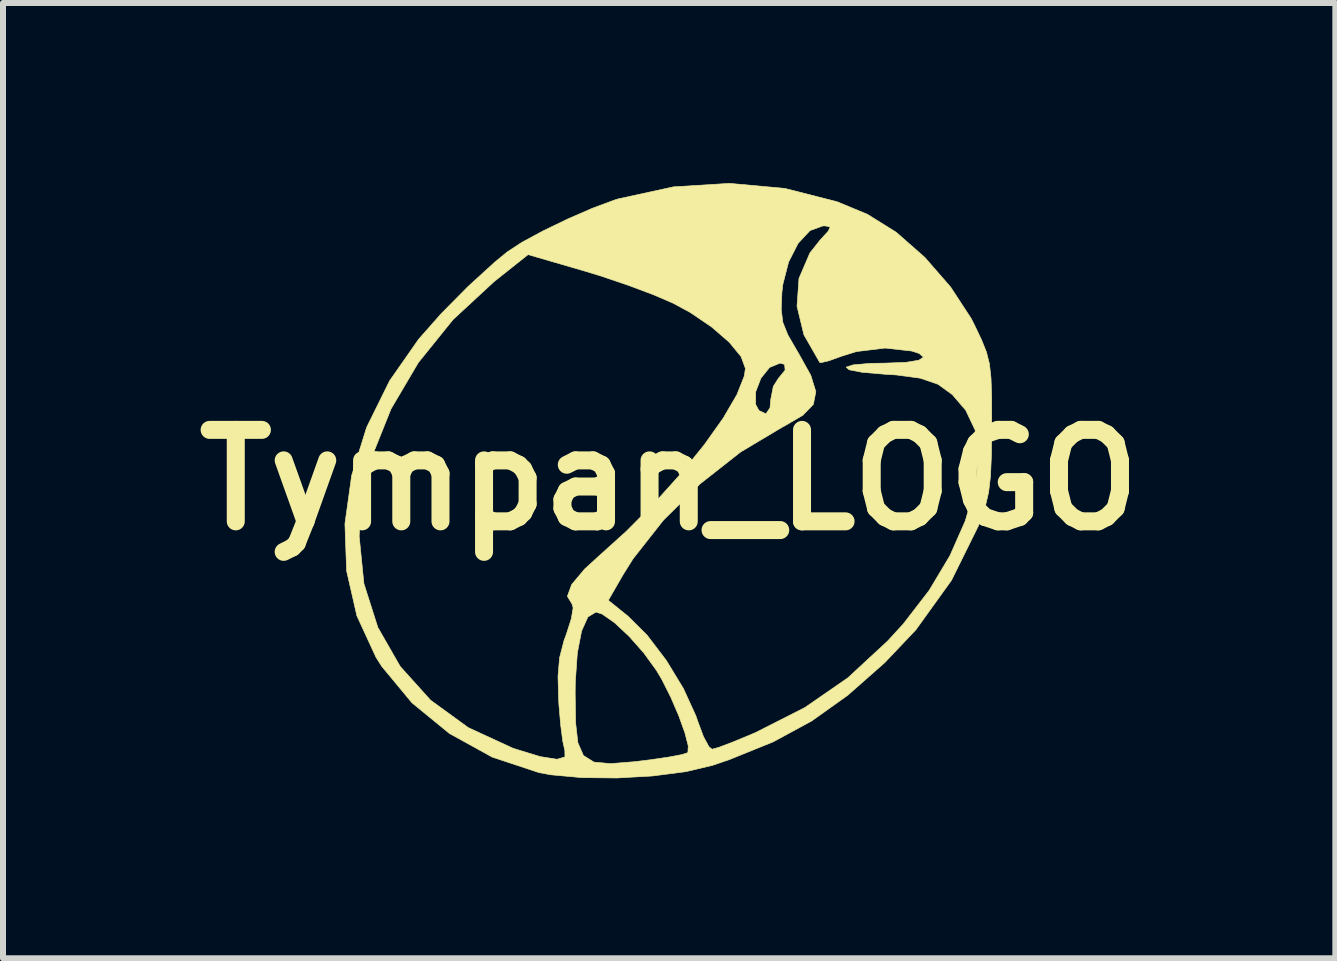
<source format=kicad_pcb>
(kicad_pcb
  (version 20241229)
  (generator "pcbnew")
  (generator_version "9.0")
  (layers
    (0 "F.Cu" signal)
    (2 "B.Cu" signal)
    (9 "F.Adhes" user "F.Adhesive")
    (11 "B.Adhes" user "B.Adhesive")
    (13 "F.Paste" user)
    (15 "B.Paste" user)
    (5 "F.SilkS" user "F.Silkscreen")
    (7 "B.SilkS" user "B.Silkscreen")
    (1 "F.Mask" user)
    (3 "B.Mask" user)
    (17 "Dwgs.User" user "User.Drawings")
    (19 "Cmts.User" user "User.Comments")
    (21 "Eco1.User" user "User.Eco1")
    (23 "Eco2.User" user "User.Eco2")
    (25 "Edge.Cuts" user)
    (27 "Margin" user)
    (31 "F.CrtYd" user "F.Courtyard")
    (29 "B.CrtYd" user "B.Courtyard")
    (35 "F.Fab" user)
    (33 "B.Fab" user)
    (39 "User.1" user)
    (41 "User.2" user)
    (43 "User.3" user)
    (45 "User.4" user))
  (footprint "Tympan_LOGO"
    (layer "F.Cu")
    (at 8.099 4.947)
    (property "Reference" "Tympan_LOGO" (at 0 0 180) (layer "F.SilkS") (effects (font (size 1.524 1.524) (thickness 0.3))))
    (attr smd)
    (fp_poly (pts (xy 1.927 -4.858) (xy 2.798 -4.636) (xy 3.302 -4.427) (xy 3.782 -4.128) (xy 4.259 -3.709) (xy 4.689 -3.215) (xy 5.031 -2.692) (xy 5.087 -2.582) (xy 5.205 -2.334) (xy 5.286 -2.132) (xy 5.336 -1.935) (xy 5.362 -1.701) (xy 5.373 -1.387) (xy 5.374 -0.95) (xy 5.374 -0.889) (xy 5.369 -0.415) (xy 5.354 -0.066) (xy 5.323 0.202) (xy 5.269 0.434) (xy 5.187 0.675) (xy 5.148 0.773) (xy 4.703 1.673) (xy 4.11 2.497) (xy 3.592 3.043) (xy 2.974 3.588) (xy 2.373 4.016) (xy 1.733 4.363) (xy 1 4.66) (xy 0.72 4.755) (xy 0.277 4.86) (xy -0.272 4.931) (xy -0.87 4.965) (xy -1.455 4.959) (xy -1.97 4.912) (xy -2.17 4.875) (xy -2.948 4.617) (xy -3.662 4.223) (xy -4.285 3.713) (xy -4.789 3.105) (xy -4.886 2.951) (xy -5.203 2.263) (xy -5.374 1.515) (xy -5.395 0.934) (xy -5.165 0.934) (xy -5.086 1.727) (xy -4.854 2.456) (xy -4.481 3.107) (xy -3.975 3.669) (xy -3.345 4.127) (xy -2.601 4.47) (xy -2.573 4.479) (xy -2.148 4.609) (xy -1.869 4.653) (xy -1.736 4.614) (xy -1.738 4.508) (xy -1.772 4.356) (xy -1.807 4.088) (xy -1.836 3.755) (xy -1.84 3.683) (xy -1.844 3.556) (xy -1.566 3.556) (xy -1.559 4.041) (xy -1.521 4.379) (xy -1.428 4.591) (xy -1.254 4.7) (xy -0.976 4.726) (xy -0.568 4.693) (xy -0.311 4.661) (xy -0.015 4.618) (xy 0.208 4.576) (xy 0.311 4.543) (xy 0.312 4.543) (xy 0.318 4.431) (xy 0.262 4.212) (xy 0.159 3.926) (xy 0.025 3.615) (xy -0.124 3.32) (xy -0.21 3.175) (xy -0.423 2.881) (xy -0.668 2.604) (xy -0.91 2.378) (xy -1.116 2.234) (xy -1.22 2.201) (xy -1.354 2.282) (xy -1.459 2.515) (xy -1.53 2.883) (xy -1.564 3.37) (xy -1.566 3.556) (xy -1.844 3.556) (xy -1.852 3.275) (xy -1.826 2.963) (xy -1.753 2.679) (xy -1.71 2.561) (xy -1.63 2.311) (xy -1.6 2.13) (xy -1.617 2.069) (xy -1.655 2.005) (xy -1.014 2.005) (xy -0.686 2.269) (xy -0.368 2.585) (xy -0.047 3.007) (xy 0.237 3.474) (xy 0.445 3.929) (xy 0.479 4.028) (xy 0.572 4.277) (xy 0.662 4.443) (xy 0.714 4.486) (xy 0.829 4.454) (xy 1.056 4.368) (xy 1.351 4.246) (xy 1.442 4.207) (xy 2.262 3.791) (xy 2.979 3.295) (xy 3.641 2.682) (xy 3.902 2.397) (xy 4.331 1.841) (xy 4.678 1.261) (xy 4.934 0.681) (xy 5.095 0.123) (xy 5.152 -0.389) (xy 5.098 -0.831) (xy 4.941 -1.162) (xy 4.717 -1.423) (xy 4.48 -1.594) (xy 4.185 -1.696) (xy 3.785 -1.75) (xy 3.602 -1.761) (xy 3.217 -1.794) (xy 2.999 -1.836) (xy 2.949 -1.88) (xy 3.066 -1.918) (xy 3.35 -1.943) (xy 3.603 -1.947) (xy 3.944 -1.96) (xy 4.159 -1.995) (xy 4.237 -2.046) (xy 4.165 -2.108) (xy 4.043 -2.148) (xy 3.598 -2.198) (xy 3.122 -2.14) (xy 2.877 -2.064) (xy 2.664 -1.987) (xy 2.529 -1.955) (xy 2.509 -1.958) (xy 2.245 -2.419) (xy 2.13 -2.895) (xy 2.163 -3.359) (xy 2.345 -3.783) (xy 2.512 -3.994) (xy 2.653 -4.148) (xy 2.681 -4.216) (xy 2.604 -4.233) (xy 2.56 -4.233) (xy 2.346 -4.155) (xy 2.148 -3.942) (xy 1.99 -3.632) (xy 1.894 -3.259) (xy 1.878 -3.122) (xy 1.867 -2.839) (xy 1.894 -2.626) (xy 1.979 -2.414) (xy 2.14 -2.136) (xy 2.154 -2.113) (xy 2.359 -1.745) (xy 2.444 -1.471) (xy 2.402 -1.259) (xy 2.226 -1.077) (xy 1.91 -0.893) (xy 1.891 -0.884) (xy 1.192 -0.467) (xy 0.516 0.064) (xy -0.096 0.67) (xy -0.601 1.312) (xy -0.769 1.58) (xy -1.014 2.005) (xy -1.655 2.005) (xy -1.696 1.938) (xy -1.624 1.741) (xy -1.406 1.482) (xy -1.208 1.301) (xy -0.713 0.854) (xy -0.238 0.376) (xy 0.201 -0.112) (xy 0.586 -0.588) (xy 0.901 -1.031) (xy 1.034 -1.259) (xy 1.44 -1.259) (xy 1.496 -1.157) (xy 1.612 -1.102) (xy 1.68 -1.202) (xy 1.693 -1.344) (xy 1.735 -1.559) (xy 1.82 -1.693) (xy 1.932 -1.83) (xy 1.923 -1.926) (xy 1.848 -1.947) (xy 1.673 -1.875) (xy 1.529 -1.696) (xy 1.442 -1.471) (xy 1.44 -1.259) (xy 1.034 -1.259) (xy 1.128 -1.42) (xy 1.252 -1.732) (xy 1.27 -1.859) (xy 1.198 -2.056) (xy 1.001 -2.295) (xy 0.709 -2.548) (xy 0.353 -2.79) (xy 0.067 -2.945) (xy -0.258 -3.085) (xy -0.682 -3.244) (xy -1.14 -3.399) (xy -1.422 -3.485) (xy -2.351 -3.755) (xy -2.917 -3.305) (xy -3.601 -2.672) (xy -4.178 -1.957) (xy -4.634 -1.184) (xy -4.957 -0.377) (xy -5.134 0.44) (xy -5.165 0.934) (xy -5.395 0.934) (xy -5.402 0.729) (xy -5.29 -0.075) (xy -5.041 -0.876) (xy -4.658 -1.652) (xy -4.174 -2.345) (xy -3.797 -2.772) (xy -3.354 -3.22) (xy -2.909 -3.626) (xy -2.699 -3.799) (xy -2.453 -3.96) (xy -2.099 -4.151) (xy -1.689 -4.349) (xy -1.275 -4.529) (xy -0.909 -4.665) (xy -0.847 -4.684) (xy 0.072 -4.884) (xy 1.007 -4.942) (xy 1.927 -4.858)) (stroke (width 0.01) (type solid)) (fill yes) (layer "F.SilkS")))
  (gr_rect
    (start -3 -3)
    (end 19.198 12.916)
    (stroke (width 0.1) (type default))
    (fill no)
    (layer "Edge.Cuts")))
</source>
